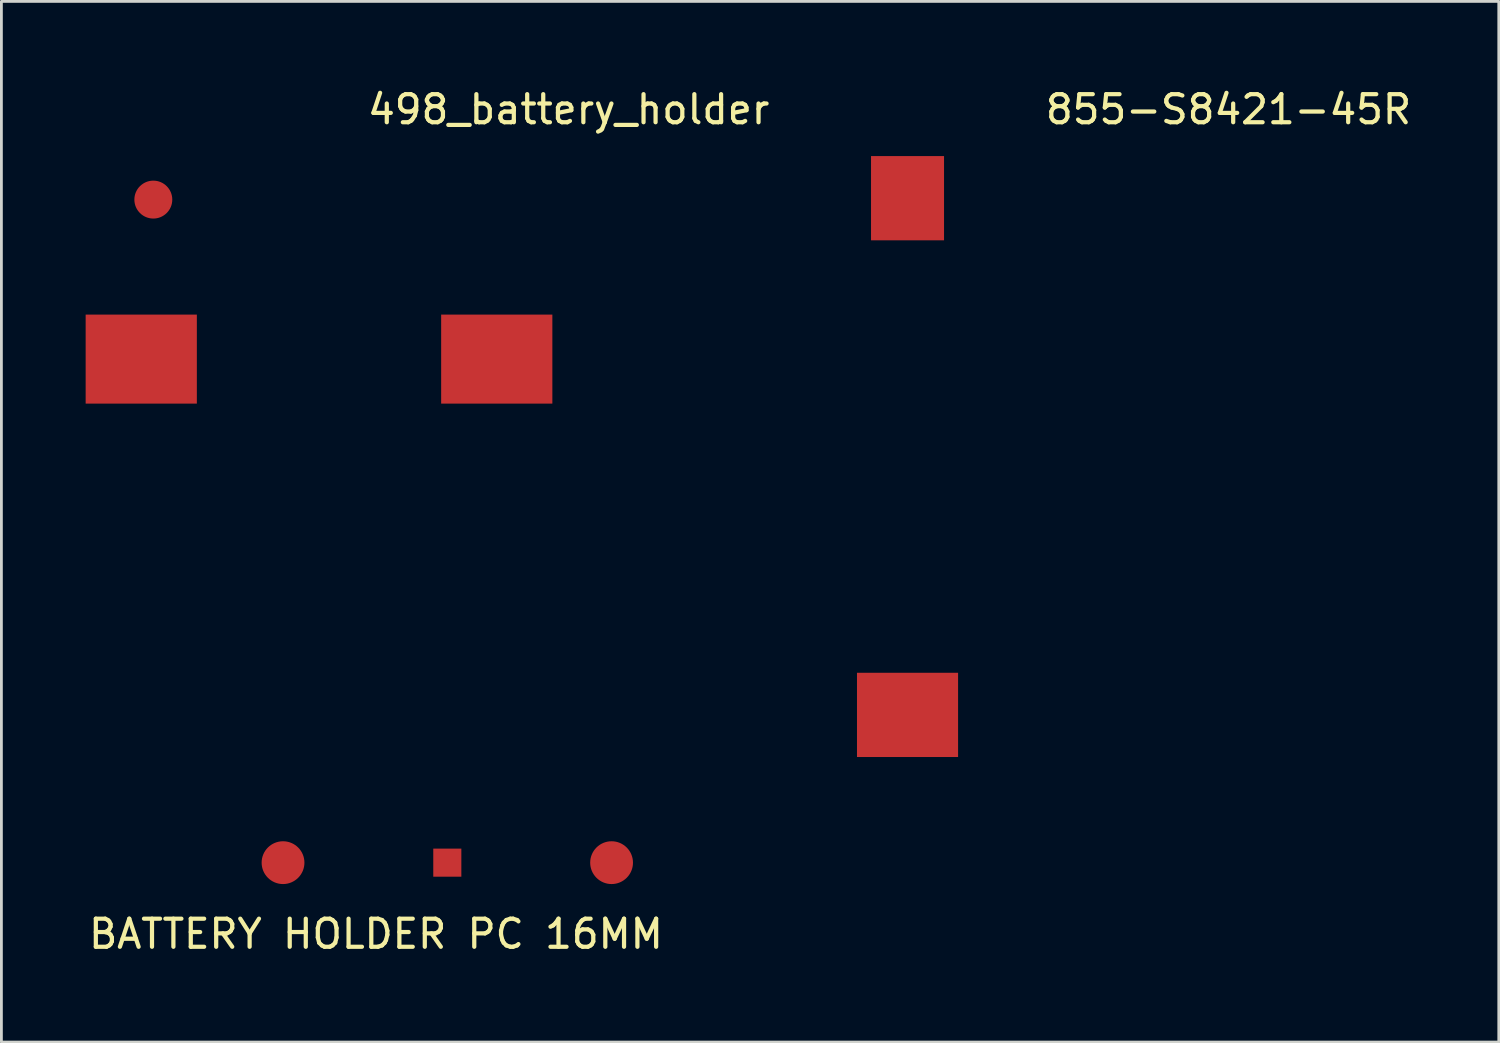
<source format=kicad_pcb>
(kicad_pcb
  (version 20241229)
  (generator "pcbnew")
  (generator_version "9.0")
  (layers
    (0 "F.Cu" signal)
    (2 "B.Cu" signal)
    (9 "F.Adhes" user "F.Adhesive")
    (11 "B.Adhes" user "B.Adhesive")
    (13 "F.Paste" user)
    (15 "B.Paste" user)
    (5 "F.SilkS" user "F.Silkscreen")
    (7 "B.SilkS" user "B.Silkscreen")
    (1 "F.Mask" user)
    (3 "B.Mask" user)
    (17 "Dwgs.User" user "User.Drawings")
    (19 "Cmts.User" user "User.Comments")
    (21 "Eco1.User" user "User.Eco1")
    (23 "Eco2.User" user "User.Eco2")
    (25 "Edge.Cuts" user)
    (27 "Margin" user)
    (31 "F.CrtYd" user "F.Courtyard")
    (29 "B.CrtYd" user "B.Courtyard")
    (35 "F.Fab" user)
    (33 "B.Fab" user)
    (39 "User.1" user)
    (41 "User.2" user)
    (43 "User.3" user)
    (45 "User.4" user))
  (footprint "498_battery_holder"
    (layer "F.Cu")
    (at 8.31 9.738)
    (property "Reference" "498_battery_holder" (at 8.89 -8.89 0) (layer "F.SilkS") (effects (font (size 1 1) (thickness 0.15))))
    (attr through_hole)
    (pad "1" smd rect (at -6.33 0) (size 3.96 3.17) (layers "F.Cu" "F.Mask" "F.Paste"))
    (pad "1" smd rect (at 6.33 0) (size 3.96 3.17) (layers "F.Cu" "F.Mask" "F.Paste"))
    (pad "2" smd circle (at -5.9 -5.68) (size 1.35 1.35) (layers "F.Cu" "F.Mask" "F.Paste")))
  (footprint "855-S8421-45R"
    (layer "F.Cu")
    (at 29.268 11.008)
    (property "Reference" "855-S8421-45R" (at 11.43 -10.16 0) (layer "F.SilkS") (effects (font (size 1 1) (thickness 0.15))))
    (attr through_hole)
    (pad "1" smd rect (at 0 -7) (size 2.6 3) (layers "F.Cu" "F.Mask" "F.Paste"))
    (pad "2" smd rect (at 0 11.4) (size 3.6 3) (layers "F.Cu" "F.Mask" "F.Paste")))
  (footprint "BATTERY HOLDER PC 16MM"
    (layer "F.Cu")
    (at 12.879 27.67)
    (property "Reference" "BATTERY HOLDER PC 16MM" (at -2.54 2.54 0) (layer "F.SilkS") (effects (font (size 1 1) (thickness 0.15))))
    (attr through_hole)
    (pad "1" smd circle (at -5.85 0) (size 1.524 1.524) (layers "F.Cu" "F.Mask" "F.Paste"))
    (pad "1" smd circle (at 5.85 0) (size 1.524 1.524) (layers "F.Cu" "F.Mask" "F.Paste"))
    (pad "2" smd rect (at 0 0) (size 1 1) (layers "F.Cu" "F.Mask" "F.Paste")))
  (gr_rect
    (start -3 -3)
    (end 50.323 34.059)
    (stroke (width 0.1) (type default))
    (fill no)
    (layer "Edge.Cuts")))
</source>
